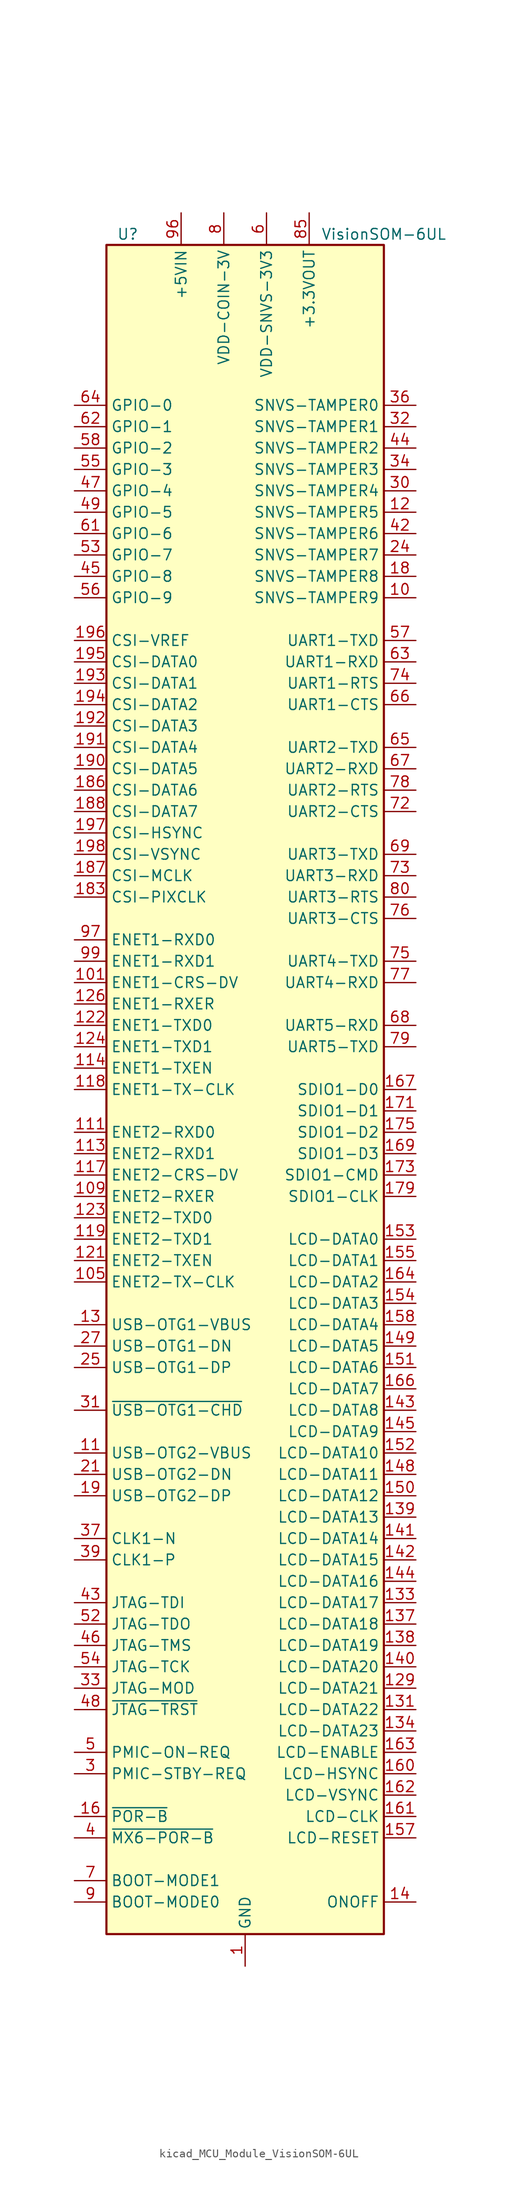
<source format=kicad_sym>
(kicad_symbol_lib
  (version 20220914)
  (generator kicad_symbol_editor)
  (symbol "kicad_MCU_Module_VisionSOM-6UL"
    (property "Reference" "U"
      (at -13.97 101.6 0)
      (effects (font (size 1.27 1.27))))
    (property "Value" "VisionSOM-6UL"
      (at 16.51 101.6 0)
      (effects (font (size 1.27 1.27))))
    (symbol "kicad_MCU_Module_VisionSOM-6UL_0_1"
      (rectangle (start -16.51 100.33) (end 16.51 -100.33) (stroke (width 0.254) (type default)) (fill (type background))))
    (symbol "kicad_MCU_Module_VisionSOM-6UL_1_1"
      (pin power_in line (at 0 -104.14 90) (length 3.81) (name "GND" (effects (font (size 1.27 1.27)))) (number "1" (effects (font (size 1.27 1.27)))))
      (pin bidirectional line (at 20.32 58.42 180) (length 3.81) (name "SNVS-TAMPER9" (effects (font (size 1.27 1.27)))) (number "10" (effects (font (size 1.27 1.27)))))
      (pin passive line (at -7.62 104.14 270) (length 3.81) hide (name "+5VIN" (effects (font (size 1.27 1.27)))) (number "100" (effects (font (size 1.27 1.27)))))
      (pin bidirectional line (at -20.32 12.7 0) (length 3.81) (name "ENET1-CRS-DV" (effects (font (size 1.27 1.27)))) (number "101" (effects (font (size 1.27 1.27)))))
      (pin passive line (at -7.62 104.14 270) (length 3.81) hide (name "+5VIN" (effects (font (size 1.27 1.27)))) (number "102" (effects (font (size 1.27 1.27)))))
      (pin passive line (at 0 -104.14 90) (length 3.81) hide (name "GND" (effects (font (size 1.27 1.27)))) (number "103" (effects (font (size 1.27 1.27)))))
      (pin passive line (at -7.62 104.14 270) (length 3.81) hide (name "+5VIN" (effects (font (size 1.27 1.27)))) (number "104" (effects (font (size 1.27 1.27)))))
      (pin bidirectional line (at -20.32 -22.86 0) (length 3.81) (name "ENET2-TX-CLK" (effects (font (size 1.27 1.27)))) (number "105" (effects (font (size 1.27 1.27)))))
      (pin passive line (at -7.62 104.14 270) (length 3.81) hide (name "+5VIN" (effects (font (size 1.27 1.27)))) (number "106" (effects (font (size 1.27 1.27)))))
      (pin passive line (at 0 -104.14 90) (length 3.81) hide (name "GND" (effects (font (size 1.27 1.27)))) (number "107" (effects (font (size 1.27 1.27)))))
      (pin passive line (at -7.62 104.14 270) (length 3.81) hide (name "+5VIN" (effects (font (size 1.27 1.27)))) (number "108" (effects (font (size 1.27 1.27)))))
      (pin bidirectional line (at -20.32 -12.7 0) (length 3.81) (name "ENET2-RXER" (effects (font (size 1.27 1.27)))) (number "109" (effects (font (size 1.27 1.27)))))
      (pin input line (at -20.32 -43.18 0) (length 3.81) (name "USB-OTG2-VBUS" (effects (font (size 1.27 1.27)))) (number "11" (effects (font (size 1.27 1.27)))))
      (pin passive line (at -7.62 104.14 270) (length 3.81) hide (name "+5VIN" (effects (font (size 1.27 1.27)))) (number "110" (effects (font (size 1.27 1.27)))))
      (pin bidirectional line (at -20.32 -5.08 0) (length 3.81) (name "ENET2-RXD0" (effects (font (size 1.27 1.27)))) (number "111" (effects (font (size 1.27 1.27)))))
      (pin passive line (at -7.62 104.14 270) (length 3.81) hide (name "+5VIN" (effects (font (size 1.27 1.27)))) (number "112" (effects (font (size 1.27 1.27)))))
      (pin bidirectional line (at -20.32 -7.62 0) (length 3.81) (name "ENET2-RXD1" (effects (font (size 1.27 1.27)))) (number "113" (effects (font (size 1.27 1.27)))))
      (pin bidirectional line (at -20.32 2.54 0) (length 3.81) (name "ENET1-TXEN" (effects (font (size 1.27 1.27)))) (number "114" (effects (font (size 1.27 1.27)))))
      (pin passive line (at 0 -104.14 90) (length 3.81) hide (name "GND" (effects (font (size 1.27 1.27)))) (number "115" (effects (font (size 1.27 1.27)))))
      (pin passive line (at 0 -104.14 90) (length 3.81) hide (name "GND" (effects (font (size 1.27 1.27)))) (number "116" (effects (font (size 1.27 1.27)))))
      (pin bidirectional line (at -20.32 -10.16 0) (length 3.81) (name "ENET2-CRS-DV" (effects (font (size 1.27 1.27)))) (number "117" (effects (font (size 1.27 1.27)))))
      (pin bidirectional line (at -20.32 0 0) (length 3.81) (name "ENET1-TX-CLK" (effects (font (size 1.27 1.27)))) (number "118" (effects (font (size 1.27 1.27)))))
      (pin bidirectional line (at -20.32 -17.78 0) (length 3.81) (name "ENET2-TXD1" (effects (font (size 1.27 1.27)))) (number "119" (effects (font (size 1.27 1.27)))))
      (pin bidirectional line (at 20.32 68.58 180) (length 3.81) (name "SNVS-TAMPER5" (effects (font (size 1.27 1.27)))) (number "12" (effects (font (size 1.27 1.27)))))
      (pin passive line (at 0 -104.14 90) (length 3.81) hide (name "GND" (effects (font (size 1.27 1.27)))) (number "120" (effects (font (size 1.27 1.27)))))
      (pin bidirectional line (at -20.32 -20.32 0) (length 3.81) (name "ENET2-TXEN" (effects (font (size 1.27 1.27)))) (number "121" (effects (font (size 1.27 1.27)))))
      (pin bidirectional line (at -20.32 7.62 0) (length 3.81) (name "ENET1-TXD0" (effects (font (size 1.27 1.27)))) (number "122" (effects (font (size 1.27 1.27)))))
      (pin bidirectional line (at -20.32 -15.24 0) (length 3.81) (name "ENET2-TXD0" (effects (font (size 1.27 1.27)))) (number "123" (effects (font (size 1.27 1.27)))))
      (pin bidirectional line (at -20.32 5.08 0) (length 3.81) (name "ENET1-TXD1" (effects (font (size 1.27 1.27)))) (number "124" (effects (font (size 1.27 1.27)))))
      (pin passive line (at 0 -104.14 90) (length 3.81) hide (name "GND" (effects (font (size 1.27 1.27)))) (number "125" (effects (font (size 1.27 1.27)))))
      (pin bidirectional line (at -20.32 10.16 0) (length 3.81) (name "ENET1-RXER" (effects (font (size 1.27 1.27)))) (number "126" (effects (font (size 1.27 1.27)))))
      (pin passive line (at 0 -104.14 90) (length 3.81) hide (name "GND" (effects (font (size 1.27 1.27)))) (number "127" (effects (font (size 1.27 1.27)))))
      (pin passive line (at 0 -104.14 90) (length 3.81) hide (name "GND" (effects (font (size 1.27 1.27)))) (number "128" (effects (font (size 1.27 1.27)))))
      (pin bidirectional line (at 20.32 -71.12 180) (length 3.81) (name "LCD-DATA21" (effects (font (size 1.27 1.27)))) (number "129" (effects (font (size 1.27 1.27)))))
      (pin input line (at -20.32 -27.94 0) (length 3.81) (name "USB-OTG1-VBUS" (effects (font (size 1.27 1.27)))) (number "13" (effects (font (size 1.27 1.27)))))
      (pin passive line (at 0 -104.14 90) (length 3.81) hide (name "GND" (effects (font (size 1.27 1.27)))) (number "130" (effects (font (size 1.27 1.27)))))
      (pin bidirectional line (at 20.32 -73.66 180) (length 3.81) (name "LCD-DATA22" (effects (font (size 1.27 1.27)))) (number "131" (effects (font (size 1.27 1.27)))))
      (pin passive line (at 0 -104.14 90) (length 3.81) hide (name "GND" (effects (font (size 1.27 1.27)))) (number "132" (effects (font (size 1.27 1.27)))))
      (pin bidirectional line (at 20.32 -60.96 180) (length 3.81) (name "LCD-DATA17" (effects (font (size 1.27 1.27)))) (number "133" (effects (font (size 1.27 1.27)))))
      (pin bidirectional line (at 20.32 -76.2 180) (length 3.81) (name "LCD-DATA23" (effects (font (size 1.27 1.27)))) (number "134" (effects (font (size 1.27 1.27)))))
      (pin passive line (at 0 -104.14 90) (length 3.81) hide (name "GND" (effects (font (size 1.27 1.27)))) (number "135" (effects (font (size 1.27 1.27)))))
      (pin passive line (at 0 -104.14 90) (length 3.81) hide (name "GND" (effects (font (size 1.27 1.27)))) (number "136" (effects (font (size 1.27 1.27)))))
      (pin bidirectional line (at 20.32 -63.5 180) (length 3.81) (name "LCD-DATA18" (effects (font (size 1.27 1.27)))) (number "137" (effects (font (size 1.27 1.27)))))
      (pin bidirectional line (at 20.32 -66.04 180) (length 3.81) (name "LCD-DATA19" (effects (font (size 1.27 1.27)))) (number "138" (effects (font (size 1.27 1.27)))))
      (pin bidirectional line (at 20.32 -50.8 180) (length 3.81) (name "LCD-DATA13" (effects (font (size 1.27 1.27)))) (number "139" (effects (font (size 1.27 1.27)))))
      (pin input line (at 20.32 -96.52 180) (length 3.81) (name "ONOFF" (effects (font (size 1.27 1.27)))) (number "14" (effects (font (size 1.27 1.27)))))
      (pin bidirectional line (at 20.32 -68.58 180) (length 3.81) (name "LCD-DATA20" (effects (font (size 1.27 1.27)))) (number "140" (effects (font (size 1.27 1.27)))))
      (pin bidirectional line (at 20.32 -53.34 180) (length 3.81) (name "LCD-DATA14" (effects (font (size 1.27 1.27)))) (number "141" (effects (font (size 1.27 1.27)))))
      (pin bidirectional line (at 20.32 -55.88 180) (length 3.81) (name "LCD-DATA15" (effects (font (size 1.27 1.27)))) (number "142" (effects (font (size 1.27 1.27)))))
      (pin bidirectional line (at 20.32 -38.1 180) (length 3.81) (name "LCD-DATA8" (effects (font (size 1.27 1.27)))) (number "143" (effects (font (size 1.27 1.27)))))
      (pin bidirectional line (at 20.32 -58.42 180) (length 3.81) (name "LCD-DATA16" (effects (font (size 1.27 1.27)))) (number "144" (effects (font (size 1.27 1.27)))))
      (pin bidirectional line (at 20.32 -40.64 180) (length 3.81) (name "LCD-DATA9" (effects (font (size 1.27 1.27)))) (number "145" (effects (font (size 1.27 1.27)))))
      (pin passive line (at 0 -104.14 90) (length 3.81) hide (name "GND" (effects (font (size 1.27 1.27)))) (number "146" (effects (font (size 1.27 1.27)))))
      (pin passive line (at 0 -104.14 90) (length 3.81) hide (name "GND" (effects (font (size 1.27 1.27)))) (number "147" (effects (font (size 1.27 1.27)))))
      (pin bidirectional line (at 20.32 -45.72 180) (length 3.81) (name "LCD-DATA11" (effects (font (size 1.27 1.27)))) (number "148" (effects (font (size 1.27 1.27)))))
      (pin bidirectional line (at 20.32 -30.48 180) (length 3.81) (name "LCD-DATA5" (effects (font (size 1.27 1.27)))) (number "149" (effects (font (size 1.27 1.27)))))
      (pin passive line (at 0 -104.14 90) (length 3.81) hide (name "GND" (effects (font (size 1.27 1.27)))) (number "15" (effects (font (size 1.27 1.27)))))
      (pin bidirectional line (at 20.32 -48.26 180) (length 3.81) (name "LCD-DATA12" (effects (font (size 1.27 1.27)))) (number "150" (effects (font (size 1.27 1.27)))))
      (pin bidirectional line (at 20.32 -33.02 180) (length 3.81) (name "LCD-DATA6" (effects (font (size 1.27 1.27)))) (number "151" (effects (font (size 1.27 1.27)))))
      (pin bidirectional line (at 20.32 -43.18 180) (length 3.81) (name "LCD-DATA10" (effects (font (size 1.27 1.27)))) (number "152" (effects (font (size 1.27 1.27)))))
      (pin bidirectional line (at 20.32 -17.78 180) (length 3.81) (name "LCD-DATA0" (effects (font (size 1.27 1.27)))) (number "153" (effects (font (size 1.27 1.27)))))
      (pin bidirectional line (at 20.32 -25.4 180) (length 3.81) (name "LCD-DATA3" (effects (font (size 1.27 1.27)))) (number "154" (effects (font (size 1.27 1.27)))))
      (pin bidirectional line (at 20.32 -20.32 180) (length 3.81) (name "LCD-DATA1" (effects (font (size 1.27 1.27)))) (number "155" (effects (font (size 1.27 1.27)))))
      (pin passive line (at 0 -104.14 90) (length 3.81) hide (name "GND" (effects (font (size 1.27 1.27)))) (number "156" (effects (font (size 1.27 1.27)))))
      (pin bidirectional line (at 20.32 -88.9 180) (length 3.81) (name "LCD-RESET" (effects (font (size 1.27 1.27)))) (number "157" (effects (font (size 1.27 1.27)))))
      (pin bidirectional line (at 20.32 -27.94 180) (length 3.81) (name "LCD-DATA4" (effects (font (size 1.27 1.27)))) (number "158" (effects (font (size 1.27 1.27)))))
      (pin passive line (at 0 -104.14 90) (length 3.81) hide (name "GND" (effects (font (size 1.27 1.27)))) (number "159" (effects (font (size 1.27 1.27)))))
      (pin input line (at -20.32 -86.36 0) (length 3.81) (name "~{POR-B}" (effects (font (size 1.27 1.27)))) (number "16" (effects (font (size 1.27 1.27)))))
      (pin bidirectional line (at 20.32 -81.28 180) (length 3.81) (name "LCD-HSYNC" (effects (font (size 1.27 1.27)))) (number "160" (effects (font (size 1.27 1.27)))))
      (pin bidirectional line (at 20.32 -86.36 180) (length 3.81) (name "LCD-CLK" (effects (font (size 1.27 1.27)))) (number "161" (effects (font (size 1.27 1.27)))))
      (pin bidirectional line (at 20.32 -83.82 180) (length 3.81) (name "LCD-VSYNC" (effects (font (size 1.27 1.27)))) (number "162" (effects (font (size 1.27 1.27)))))
      (pin bidirectional line (at 20.32 -78.74 180) (length 3.81) (name "LCD-ENABLE" (effects (font (size 1.27 1.27)))) (number "163" (effects (font (size 1.27 1.27)))))
      (pin bidirectional line (at 20.32 -22.86 180) (length 3.81) (name "LCD-DATA2" (effects (font (size 1.27 1.27)))) (number "164" (effects (font (size 1.27 1.27)))))
      (pin passive line (at 0 -104.14 90) (length 3.81) hide (name "GND" (effects (font (size 1.27 1.27)))) (number "165" (effects (font (size 1.27 1.27)))))
      (pin bidirectional line (at 20.32 -35.56 180) (length 3.81) (name "LCD-DATA7" (effects (font (size 1.27 1.27)))) (number "166" (effects (font (size 1.27 1.27)))))
      (pin bidirectional line (at 20.32 0 180) (length 3.81) (name "SDIO1-D0" (effects (font (size 1.27 1.27)))) (number "167" (effects (font (size 1.27 1.27)))))
      (pin passive line (at 0 -104.14 90) (length 3.81) hide (name "GND" (effects (font (size 1.27 1.27)))) (number "168" (effects (font (size 1.27 1.27)))))
      (pin bidirectional line (at 20.32 -7.62 180) (length 3.81) (name "SDIO1-D3" (effects (font (size 1.27 1.27)))) (number "169" (effects (font (size 1.27 1.27)))))
      (pin passive line (at 0 -104.14 90) (length 3.81) hide (name "GND" (effects (font (size 1.27 1.27)))) (number "17" (effects (font (size 1.27 1.27)))))
      (pin passive line (at 0 -104.14 90) (length 3.81) hide (name "GND" (effects (font (size 1.27 1.27)))) (number "170" (effects (font (size 1.27 1.27)))))
      (pin bidirectional line (at 20.32 -2.54 180) (length 3.81) (name "SDIO1-D1" (effects (font (size 1.27 1.27)))) (number "171" (effects (font (size 1.27 1.27)))))
      (pin passive line (at 0 -104.14 90) (length 3.81) hide (name "GND" (effects (font (size 1.27 1.27)))) (number "172" (effects (font (size 1.27 1.27)))))
      (pin bidirectional line (at 20.32 -10.16 180) (length 3.81) (name "SDIO1-CMD" (effects (font (size 1.27 1.27)))) (number "173" (effects (font (size 1.27 1.27)))))
      (pin passive line (at 0 -104.14 90) (length 3.81) hide (name "GND" (effects (font (size 1.27 1.27)))) (number "174" (effects (font (size 1.27 1.27)))))
      (pin bidirectional line (at 20.32 -5.08 180) (length 3.81) (name "SDIO1-D2" (effects (font (size 1.27 1.27)))) (number "175" (effects (font (size 1.27 1.27)))))
      (pin passive line (at 0 -104.14 90) (length 3.81) hide (name "GND" (effects (font (size 1.27 1.27)))) (number "176" (effects (font (size 1.27 1.27)))))
      (pin passive line (at 0 -104.14 90) (length 3.81) hide (name "GND" (effects (font (size 1.27 1.27)))) (number "177" (effects (font (size 1.27 1.27)))))
      (pin passive line (at 0 -104.14 90) (length 3.81) hide (name "GND" (effects (font (size 1.27 1.27)))) (number "178" (effects (font (size 1.27 1.27)))))
      (pin bidirectional line (at 20.32 -12.7 180) (length 3.81) (name "SDIO1-CLK" (effects (font (size 1.27 1.27)))) (number "179" (effects (font (size 1.27 1.27)))))
      (pin bidirectional line (at 20.32 60.96 180) (length 3.81) (name "SNVS-TAMPER8" (effects (font (size 1.27 1.27)))) (number "18" (effects (font (size 1.27 1.27)))))
      (pin passive line (at 0 -104.14 90) (length 3.81) hide (name "GND" (effects (font (size 1.27 1.27)))) (number "180" (effects (font (size 1.27 1.27)))))
      (pin passive line (at 0 -104.14 90) (length 3.81) hide (name "GND" (effects (font (size 1.27 1.27)))) (number "181" (effects (font (size 1.27 1.27)))))
      (pin passive line (at 0 -104.14 90) (length 3.81) hide (name "GND" (effects (font (size 1.27 1.27)))) (number "182" (effects (font (size 1.27 1.27)))))
      (pin bidirectional line (at -20.32 22.86 0) (length 3.81) (name "CSI-PIXCLK" (effects (font (size 1.27 1.27)))) (number "183" (effects (font (size 1.27 1.27)))))
      (pin passive line (at 0 -104.14 90) (length 3.81) hide (name "GND" (effects (font (size 1.27 1.27)))) (number "184" (effects (font (size 1.27 1.27)))))
      (pin passive line (at 0 -104.14 90) (length 3.81) hide (name "GND" (effects (font (size 1.27 1.27)))) (number "185" (effects (font (size 1.27 1.27)))))
      (pin bidirectional line (at -20.32 35.56 0) (length 3.81) (name "CSI-DATA6" (effects (font (size 1.27 1.27)))) (number "186" (effects (font (size 1.27 1.27)))))
      (pin bidirectional line (at -20.32 25.4 0) (length 3.81) (name "CSI-MCLK" (effects (font (size 1.27 1.27)))) (number "187" (effects (font (size 1.27 1.27)))))
      (pin bidirectional line (at -20.32 33.02 0) (length 3.81) (name "CSI-DATA7" (effects (font (size 1.27 1.27)))) (number "188" (effects (font (size 1.27 1.27)))))
      (pin passive line (at 0 -104.14 90) (length 3.81) hide (name "GND" (effects (font (size 1.27 1.27)))) (number "189" (effects (font (size 1.27 1.27)))))
      (pin bidirectional line (at -20.32 -48.26 0) (length 3.81) (name "USB-OTG2-DP" (effects (font (size 1.27 1.27)))) (number "19" (effects (font (size 1.27 1.27)))))
      (pin bidirectional line (at -20.32 38.1 0) (length 3.81) (name "CSI-DATA5" (effects (font (size 1.27 1.27)))) (number "190" (effects (font (size 1.27 1.27)))))
      (pin bidirectional line (at -20.32 40.64 0) (length 3.81) (name "CSI-DATA4" (effects (font (size 1.27 1.27)))) (number "191" (effects (font (size 1.27 1.27)))))
      (pin bidirectional line (at -20.32 43.18 0) (length 3.81) (name "CSI-DATA3" (effects (font (size 1.27 1.27)))) (number "192" (effects (font (size 1.27 1.27)))))
      (pin bidirectional line (at -20.32 48.26 0) (length 3.81) (name "CSI-DATA1" (effects (font (size 1.27 1.27)))) (number "193" (effects (font (size 1.27 1.27)))))
      (pin bidirectional line (at -20.32 45.72 0) (length 3.81) (name "CSI-DATA2" (effects (font (size 1.27 1.27)))) (number "194" (effects (font (size 1.27 1.27)))))
      (pin bidirectional line (at -20.32 50.8 0) (length 3.81) (name "CSI-DATA0" (effects (font (size 1.27 1.27)))) (number "195" (effects (font (size 1.27 1.27)))))
      (pin passive line (at -20.32 53.34 0) (length 3.81) (name "CSI-VREF" (effects (font (size 1.27 1.27)))) (number "196" (effects (font (size 1.27 1.27)))))
      (pin bidirectional line (at -20.32 30.48 0) (length 3.81) (name "CSI-HSYNC" (effects (font (size 1.27 1.27)))) (number "197" (effects (font (size 1.27 1.27)))))
      (pin bidirectional line (at -20.32 27.94 0) (length 3.81) (name "CSI-VSYNC" (effects (font (size 1.27 1.27)))) (number "198" (effects (font (size 1.27 1.27)))))
      (pin passive line (at 0 -104.14 90) (length 3.81) hide (name "GND" (effects (font (size 1.27 1.27)))) (number "199" (effects (font (size 1.27 1.27)))))
      (pin passive line (at 0 -104.14 90) (length 3.81) hide (name "GND" (effects (font (size 1.27 1.27)))) (number "2" (effects (font (size 1.27 1.27)))))
      (pin passive line (at 0 -104.14 90) (length 3.81) hide (name "GND" (effects (font (size 1.27 1.27)))) (number "20" (effects (font (size 1.27 1.27)))))
      (pin passive line (at 0 -104.14 90) (length 3.81) hide (name "GND" (effects (font (size 1.27 1.27)))) (number "200" (effects (font (size 1.27 1.27)))))
      (pin bidirectional line (at -20.32 -45.72 0) (length 3.81) (name "USB-OTG2-DN" (effects (font (size 1.27 1.27)))) (number "21" (effects (font (size 1.27 1.27)))))
      (pin passive line (at 0 -104.14 90) (length 3.81) hide (name "GND" (effects (font (size 1.27 1.27)))) (number "22" (effects (font (size 1.27 1.27)))))
      (pin passive line (at 0 -104.14 90) (length 3.81) hide (name "GND" (effects (font (size 1.27 1.27)))) (number "23" (effects (font (size 1.27 1.27)))))
      (pin bidirectional line (at 20.32 63.5 180) (length 3.81) (name "SNVS-TAMPER7" (effects (font (size 1.27 1.27)))) (number "24" (effects (font (size 1.27 1.27)))))
      (pin bidirectional line (at -20.32 -33.02 0) (length 3.81) (name "USB-OTG1-DP" (effects (font (size 1.27 1.27)))) (number "25" (effects (font (size 1.27 1.27)))))
      (pin passive line (at 0 -104.14 90) (length 3.81) hide (name "GND" (effects (font (size 1.27 1.27)))) (number "26" (effects (font (size 1.27 1.27)))))
      (pin bidirectional line (at -20.32 -30.48 0) (length 3.81) (name "USB-OTG1-DN" (effects (font (size 1.27 1.27)))) (number "27" (effects (font (size 1.27 1.27)))))
      (pin passive line (at 0 -104.14 90) (length 3.81) hide (name "GND" (effects (font (size 1.27 1.27)))) (number "28" (effects (font (size 1.27 1.27)))))
      (pin passive line (at 0 -104.14 90) (length 3.81) hide (name "GND" (effects (font (size 1.27 1.27)))) (number "29" (effects (font (size 1.27 1.27)))))
      (pin output line (at -20.32 -81.28 0) (length 3.81) (name "PMIC-STBY-REQ" (effects (font (size 1.27 1.27)))) (number "3" (effects (font (size 1.27 1.27)))))
      (pin bidirectional line (at 20.32 71.12 180) (length 3.81) (name "SNVS-TAMPER4" (effects (font (size 1.27 1.27)))) (number "30" (effects (font (size 1.27 1.27)))))
      (pin open_collector line (at -20.32 -38.1 0) (length 3.81) (name "~{USB-OTG1-CHD}" (effects (font (size 1.27 1.27)))) (number "31" (effects (font (size 1.27 1.27)))))
      (pin bidirectional line (at 20.32 78.74 180) (length 3.81) (name "SNVS-TAMPER1" (effects (font (size 1.27 1.27)))) (number "32" (effects (font (size 1.27 1.27)))))
      (pin bidirectional line (at -20.32 -71.12 0) (length 3.81) (name "JTAG-MOD" (effects (font (size 1.27 1.27)))) (number "33" (effects (font (size 1.27 1.27)))))
      (pin bidirectional line (at 20.32 73.66 180) (length 3.81) (name "SNVS-TAMPER3" (effects (font (size 1.27 1.27)))) (number "34" (effects (font (size 1.27 1.27)))))
      (pin passive line (at 0 -104.14 90) (length 3.81) hide (name "GND" (effects (font (size 1.27 1.27)))) (number "35" (effects (font (size 1.27 1.27)))))
      (pin bidirectional line (at 20.32 81.28 180) (length 3.81) (name "SNVS-TAMPER0" (effects (font (size 1.27 1.27)))) (number "36" (effects (font (size 1.27 1.27)))))
      (pin bidirectional line (at -20.32 -53.34 0) (length 3.81) (name "CLK1-N" (effects (font (size 1.27 1.27)))) (number "37" (effects (font (size 1.27 1.27)))))
      (pin passive line (at 0 -104.14 90) (length 3.81) hide (name "GND" (effects (font (size 1.27 1.27)))) (number "38" (effects (font (size 1.27 1.27)))))
      (pin bidirectional line (at -20.32 -55.88 0) (length 3.81) (name "CLK1-P" (effects (font (size 1.27 1.27)))) (number "39" (effects (font (size 1.27 1.27)))))
      (pin input line (at -20.32 -88.9 0) (length 3.81) (name "~{MX6-POR-B}" (effects (font (size 1.27 1.27)))) (number "4" (effects (font (size 1.27 1.27)))))
      (pin passive line (at 0 -104.14 90) (length 3.81) hide (name "GND" (effects (font (size 1.27 1.27)))) (number "40" (effects (font (size 1.27 1.27)))))
      (pin passive line (at 0 -104.14 90) (length 3.81) hide (name "GND" (effects (font (size 1.27 1.27)))) (number "41" (effects (font (size 1.27 1.27)))))
      (pin bidirectional line (at 20.32 66.04 180) (length 3.81) (name "SNVS-TAMPER6" (effects (font (size 1.27 1.27)))) (number "42" (effects (font (size 1.27 1.27)))))
      (pin bidirectional line (at -20.32 -60.96 0) (length 3.81) (name "JTAG-TDI" (effects (font (size 1.27 1.27)))) (number "43" (effects (font (size 1.27 1.27)))))
      (pin bidirectional line (at 20.32 76.2 180) (length 3.81) (name "SNVS-TAMPER2" (effects (font (size 1.27 1.27)))) (number "44" (effects (font (size 1.27 1.27)))))
      (pin bidirectional line (at -20.32 60.96 0) (length 3.81) (name "GPIO-8" (effects (font (size 1.27 1.27)))) (number "45" (effects (font (size 1.27 1.27)))))
      (pin bidirectional line (at -20.32 -66.04 0) (length 3.81) (name "JTAG-TMS" (effects (font (size 1.27 1.27)))) (number "46" (effects (font (size 1.27 1.27)))))
      (pin bidirectional line (at -20.32 71.12 0) (length 3.81) (name "GPIO-4" (effects (font (size 1.27 1.27)))) (number "47" (effects (font (size 1.27 1.27)))))
      (pin bidirectional line (at -20.32 -73.66 0) (length 3.81) (name "~{JTAG-TRST}" (effects (font (size 1.27 1.27)))) (number "48" (effects (font (size 1.27 1.27)))))
      (pin bidirectional line (at -20.32 68.58 0) (length 3.81) (name "GPIO-5" (effects (font (size 1.27 1.27)))) (number "49" (effects (font (size 1.27 1.27)))))
      (pin output line (at -20.32 -78.74 0) (length 3.81) (name "PMIC-ON-REQ" (effects (font (size 1.27 1.27)))) (number "5" (effects (font (size 1.27 1.27)))))
      (pin passive line (at 0 -104.14 90) (length 3.81) hide (name "GND" (effects (font (size 1.27 1.27)))) (number "50" (effects (font (size 1.27 1.27)))))
      (pin passive line (at 0 -104.14 90) (length 3.81) hide (name "GND" (effects (font (size 1.27 1.27)))) (number "51" (effects (font (size 1.27 1.27)))))
      (pin bidirectional line (at -20.32 -63.5 0) (length 3.81) (name "JTAG-TDO" (effects (font (size 1.27 1.27)))) (number "52" (effects (font (size 1.27 1.27)))))
      (pin bidirectional line (at -20.32 63.5 0) (length 3.81) (name "GPIO-7" (effects (font (size 1.27 1.27)))) (number "53" (effects (font (size 1.27 1.27)))))
      (pin bidirectional line (at -20.32 -68.58 0) (length 3.81) (name "JTAG-TCK" (effects (font (size 1.27 1.27)))) (number "54" (effects (font (size 1.27 1.27)))))
      (pin bidirectional line (at -20.32 73.66 0) (length 3.81) (name "GPIO-3" (effects (font (size 1.27 1.27)))) (number "55" (effects (font (size 1.27 1.27)))))
      (pin bidirectional line (at -20.32 58.42 0) (length 3.81) (name "GPIO-9" (effects (font (size 1.27 1.27)))) (number "56" (effects (font (size 1.27 1.27)))))
      (pin bidirectional line (at 20.32 53.34 180) (length 3.81) (name "UART1-TXD" (effects (font (size 1.27 1.27)))) (number "57" (effects (font (size 1.27 1.27)))))
      (pin bidirectional line (at -20.32 76.2 0) (length 3.81) (name "GPIO-2" (effects (font (size 1.27 1.27)))) (number "58" (effects (font (size 1.27 1.27)))))
      (pin passive line (at 0 -104.14 90) (length 3.81) hide (name "GND" (effects (font (size 1.27 1.27)))) (number "59" (effects (font (size 1.27 1.27)))))
      (pin power_in line (at 2.54 104.14 270) (length 3.81) (name "VDD-SNVS-3V3" (effects (font (size 1.27 1.27)))) (number "6" (effects (font (size 1.27 1.27)))))
      (pin passive line (at 0 -104.14 90) (length 3.81) hide (name "GND" (effects (font (size 1.27 1.27)))) (number "60" (effects (font (size 1.27 1.27)))))
      (pin bidirectional line (at -20.32 66.04 0) (length 3.81) (name "GPIO-6" (effects (font (size 1.27 1.27)))) (number "61" (effects (font (size 1.27 1.27)))))
      (pin bidirectional line (at -20.32 78.74 0) (length 3.81) (name "GPIO-1" (effects (font (size 1.27 1.27)))) (number "62" (effects (font (size 1.27 1.27)))))
      (pin bidirectional line (at 20.32 50.8 180) (length 3.81) (name "UART1-RXD" (effects (font (size 1.27 1.27)))) (number "63" (effects (font (size 1.27 1.27)))))
      (pin bidirectional line (at -20.32 81.28 0) (length 3.81) (name "GPIO-0" (effects (font (size 1.27 1.27)))) (number "64" (effects (font (size 1.27 1.27)))))
      (pin bidirectional line (at 20.32 40.64 180) (length 3.81) (name "UART2-TXD" (effects (font (size 1.27 1.27)))) (number "65" (effects (font (size 1.27 1.27)))))
      (pin bidirectional line (at 20.32 45.72 180) (length 3.81) (name "UART1-CTS" (effects (font (size 1.27 1.27)))) (number "66" (effects (font (size 1.27 1.27)))))
      (pin bidirectional line (at 20.32 38.1 180) (length 3.81) (name "UART2-RXD" (effects (font (size 1.27 1.27)))) (number "67" (effects (font (size 1.27 1.27)))))
      (pin bidirectional line (at 20.32 7.62 180) (length 3.81) (name "UART5-RXD" (effects (font (size 1.27 1.27)))) (number "68" (effects (font (size 1.27 1.27)))))
      (pin bidirectional line (at 20.32 27.94 180) (length 3.81) (name "UART3-TXD" (effects (font (size 1.27 1.27)))) (number "69" (effects (font (size 1.27 1.27)))))
      (pin input line (at -20.32 -93.98 0) (length 3.81) (name "BOOT-MODE1" (effects (font (size 1.27 1.27)))) (number "7" (effects (font (size 1.27 1.27)))))
      (pin passive line (at 0 -104.14 90) (length 3.81) hide (name "GND" (effects (font (size 1.27 1.27)))) (number "70" (effects (font (size 1.27 1.27)))))
      (pin passive line (at 0 -104.14 90) (length 3.81) hide (name "GND" (effects (font (size 1.27 1.27)))) (number "71" (effects (font (size 1.27 1.27)))))
      (pin bidirectional line (at 20.32 33.02 180) (length 3.81) (name "UART2-CTS" (effects (font (size 1.27 1.27)))) (number "72" (effects (font (size 1.27 1.27)))))
      (pin bidirectional line (at 20.32 25.4 180) (length 3.81) (name "UART3-RXD" (effects (font (size 1.27 1.27)))) (number "73" (effects (font (size 1.27 1.27)))))
      (pin bidirectional line (at 20.32 48.26 180) (length 3.81) (name "UART1-RTS" (effects (font (size 1.27 1.27)))) (number "74" (effects (font (size 1.27 1.27)))))
      (pin bidirectional line (at 20.32 15.24 180) (length 3.81) (name "UART4-TXD" (effects (font (size 1.27 1.27)))) (number "75" (effects (font (size 1.27 1.27)))))
      (pin bidirectional line (at 20.32 20.32 180) (length 3.81) (name "UART3-CTS" (effects (font (size 1.27 1.27)))) (number "76" (effects (font (size 1.27 1.27)))))
      (pin bidirectional line (at 20.32 12.7 180) (length 3.81) (name "UART4-RXD" (effects (font (size 1.27 1.27)))) (number "77" (effects (font (size 1.27 1.27)))))
      (pin bidirectional line (at 20.32 35.56 180) (length 3.81) (name "UART2-RTS" (effects (font (size 1.27 1.27)))) (number "78" (effects (font (size 1.27 1.27)))))
      (pin bidirectional line (at 20.32 5.08 180) (length 3.81) (name "UART5-TXD" (effects (font (size 1.27 1.27)))) (number "79" (effects (font (size 1.27 1.27)))))
      (pin power_in line (at -2.54 104.14 270) (length 3.81) (name "VDD-COIN-3V" (effects (font (size 1.27 1.27)))) (number "8" (effects (font (size 1.27 1.27)))))
      (pin bidirectional line (at 20.32 22.86 180) (length 3.81) (name "UART3-RTS" (effects (font (size 1.27 1.27)))) (number "80" (effects (font (size 1.27 1.27)))))
      (pin passive line (at 0 -104.14 90) (length 3.81) hide (name "GND" (effects (font (size 1.27 1.27)))) (number "81" (effects (font (size 1.27 1.27)))))
      (pin passive line (at 0 -104.14 90) (length 3.81) hide (name "GND" (effects (font (size 1.27 1.27)))) (number "82" (effects (font (size 1.27 1.27)))))
      (pin no_connect line (at 15.24 -93.98 180) (length 3.81) hide (name "NC" (effects (font (size 1.27 1.27)))) (number "83" (effects (font (size 1.27 1.27)))))
      (pin passive line (at 0 -104.14 90) (length 3.81) hide (name "GND" (effects (font (size 1.27 1.27)))) (number "84" (effects (font (size 1.27 1.27)))))
      (pin power_out line (at 7.62 104.14 270) (length 3.81) (name "+3.3VOUT" (effects (font (size 1.27 1.27)))) (number "85" (effects (font (size 1.27 1.27)))))
      (pin no_connect line (at -15.24 -76.2 0) (length 2.54) hide (name "NC" (effects (font (size 1.27 1.27)))) (number "86" (effects (font (size 1.27 1.27)))))
      (pin passive line (at 7.62 104.14 270) (length 3.81) hide (name "+3.3VOUT" (effects (font (size 1.27 1.27)))) (number "87" (effects (font (size 1.27 1.27)))))
      (pin passive line (at 7.62 104.14 270) (length 3.81) hide (name "+3.3VOUT" (effects (font (size 1.27 1.27)))) (number "88" (effects (font (size 1.27 1.27)))))
      (pin passive line (at 7.62 104.14 270) (length 3.81) hide (name "+3.3VOUT" (effects (font (size 1.27 1.27)))) (number "89" (effects (font (size 1.27 1.27)))))
      (pin input line (at -20.32 -96.52 0) (length 3.81) (name "BOOT-MODE0" (effects (font (size 1.27 1.27)))) (number "9" (effects (font (size 1.27 1.27)))))
      (pin passive line (at 7.62 104.14 270) (length 3.81) hide (name "+3.3VOUT" (effects (font (size 1.27 1.27)))) (number "90" (effects (font (size 1.27 1.27)))))
      (pin passive line (at 7.62 104.14 270) (length 3.81) hide (name "+3.3VOUT" (effects (font (size 1.27 1.27)))) (number "91" (effects (font (size 1.27 1.27)))))
      (pin passive line (at 7.62 104.14 270) (length 3.81) hide (name "+3.3VOUT" (effects (font (size 1.27 1.27)))) (number "92" (effects (font (size 1.27 1.27)))))
      (pin passive line (at 7.62 104.14 270) (length 3.81) hide (name "+3.3VOUT" (effects (font (size 1.27 1.27)))) (number "93" (effects (font (size 1.27 1.27)))))
      (pin no_connect line (at -15.24 -83.82 0) (length 2.54) hide (name "NC" (effects (font (size 1.27 1.27)))) (number "94" (effects (font (size 1.27 1.27)))))
      (pin no_connect line (at -15.24 -91.44 0) (length 2.54) hide (name "NC" (effects (font (size 1.27 1.27)))) (number "95" (effects (font (size 1.27 1.27)))))
      (pin power_in line (at -7.62 104.14 270) (length 3.81) (name "+5VIN" (effects (font (size 1.27 1.27)))) (number "96" (effects (font (size 1.27 1.27)))))
      (pin bidirectional line (at -20.32 17.78 0) (length 3.81) (name "ENET1-RXD0" (effects (font (size 1.27 1.27)))) (number "97" (effects (font (size 1.27 1.27)))))
      (pin passive line (at -7.62 104.14 270) (length 3.81) hide (name "+5VIN" (effects (font (size 1.27 1.27)))) (number "98" (effects (font (size 1.27 1.27)))))
      (pin bidirectional line (at -20.32 15.24 0) (length 3.81) (name "ENET1-RXD1" (effects (font (size 1.27 1.27)))) (number "99" (effects (font (size 1.27 1.27))))))))
</source>
